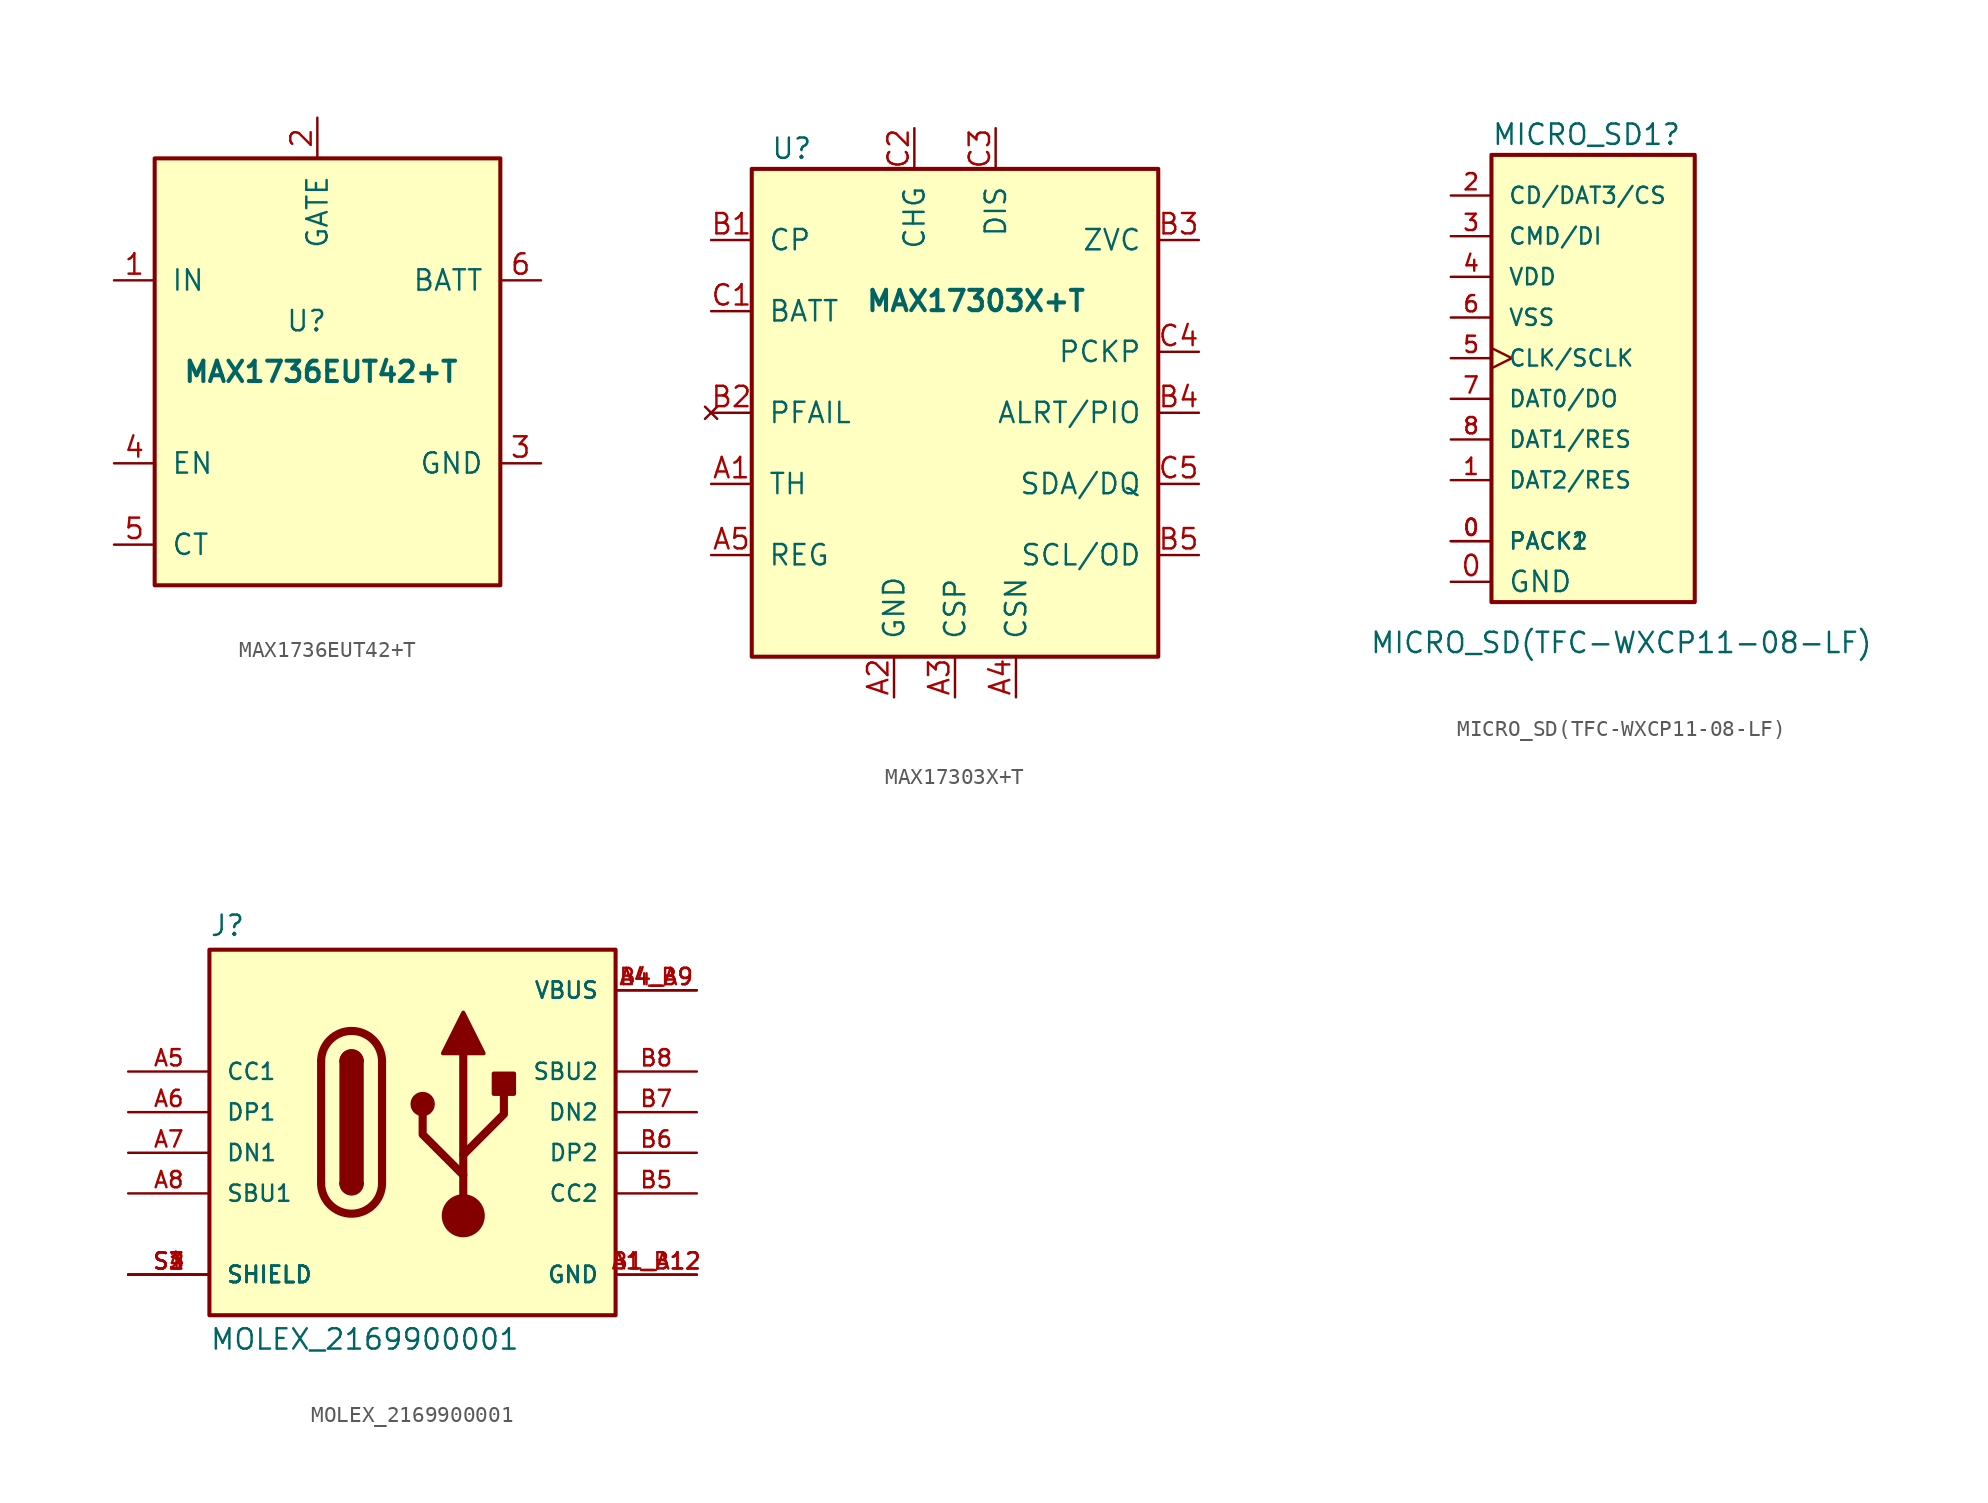
<source format=kicad_sym>
(kicad_symbol_lib
  (version 20220914)
  (generator kicad_symbol_editor)
  (symbol "MAX1736EUT42+T"
    (pin_names
      (offset 1.016))
    (property "Reference" "U"
      (at 0.635 3.81 0)
      (effects (font (size 1.27 1.27)) (justify right)))
    (property "Value" "MAX1736EUT42+T"
      (at 8.89 0.635 0)
      (effects (font (size 1.27 1.27) bold) (justify right)))
    (symbol "MAX1736EUT42+T_0_1"
      (rectangle (start -10.16 13.97) (end 11.43 -12.7) (stroke (width 0.254) (type default)) (fill (type background))))
    (symbol "MAX1736EUT42+T_1_1"
      (pin power_in line (at -12.7 6.35 0) (length 2.54) (name "IN" (effects (font (size 1.27 1.27)))) (number "1" (effects (font (size 1.27 1.27)))))
      (pin output line (at 0 16.51 270) (length 2.54) (name "GATE" (effects (font (size 1.27 1.27)))) (number "2" (effects (font (size 1.27 1.27)))))
      (pin power_in line (at 13.97 -5.08 180) (length 2.54) (name "GND" (effects (font (size 1.27 1.27)))) (number "3" (effects (font (size 1.27 1.27)))))
      (pin input line (at -12.7 -5.08 0) (length 2.54) (name "EN" (effects (font (size 1.27 1.27)))) (number "4" (effects (font (size 1.27 1.27)))))
      (pin input line (at -12.7 -10.16 0) (length 2.54) (name "CT" (effects (font (size 1.27 1.27)))) (number "5" (effects (font (size 1.27 1.27)))))
      (pin power_in line (at 13.97 6.35 180) (length 2.54) (name "BATT" (effects (font (size 1.27 1.27)))) (number "6" (effects (font (size 1.27 1.27)))))))
  (symbol "MAX17303X+T"
    (pin_names
      (offset 1.016))
    (property "Reference" "U"
      (at -8.89 16.51 0)
      (effects (font (size 1.27 1.27)) (justify right)))
    (property "Value" "MAX17303X+T"
      (at 8.255 6.985 0)
      (effects (font (size 1.27 1.27) bold) (justify right)))
    (symbol "MAX17303X+T_0_1"
      (rectangle (start -12.7 15.24) (end 12.7 -15.24) (stroke (width 0.254) (type default)) (fill (type background))))
    (symbol "MAX17303X+T_1_1"
      (pin input line (at -15.24 -4.445 0) (length 2.54) (name "TH" (effects (font (size 1.27 1.27)))) (number "A1" (effects (font (size 1.27 1.27)))))
      (pin power_in line (at -3.81 -17.78 90) (length 2.54) (name "GND" (effects (font (size 1.27 1.27)))) (number "A2" (effects (font (size 1.27 1.27)))))
      (pin input line (at 0 -17.78 90) (length 2.54) (name "CSP" (effects (font (size 1.27 1.27)))) (number "A3" (effects (font (size 1.27 1.27)))))
      (pin input line (at 3.81 -17.78 90) (length 2.54) (name "CSN" (effects (font (size 1.27 1.27)))) (number "A4" (effects (font (size 1.27 1.27)))))
      (pin power_out line (at -15.24 -8.89 0) (length 2.54) (name "REG" (effects (font (size 1.27 1.27)))) (number "A5" (effects (font (size 1.27 1.27)))))
      (pin output line (at -15.24 10.795 0) (length 2.54) (name "CP" (effects (font (size 1.27 1.27)))) (number "B1" (effects (font (size 1.27 1.27)))))
      (pin no_connect line (at -15.24 0 0) (length 2.54) (name "PFAIL" (effects (font (size 1.27 1.27)))) (number "B2" (effects (font (size 1.27 1.27)))))
      (pin input line (at 15.24 10.795 180) (length 2.54) (name "ZVC" (effects (font (size 1.27 1.27)))) (number "B3" (effects (font (size 1.27 1.27)))))
      (pin output line (at 15.24 0 180) (length 2.54) (name "ALRT/PIO" (effects (font (size 1.27 1.27)))) (number "B4" (effects (font (size 1.27 1.27)))))
      (pin input line (at 15.24 -8.89 180) (length 2.54) (name "SCL/OD" (effects (font (size 1.27 1.27)))) (number "B5" (effects (font (size 1.27 1.27)))))
      (pin power_in line (at -15.24 6.35 0) (length 2.54) (name "BATT" (effects (font (size 1.27 1.27)))) (number "C1" (effects (font (size 1.27 1.27)))))
      (pin output line (at -2.54 17.78 270) (length 2.54) (name "CHG" (effects (font (size 1.27 1.27)))) (number "C2" (effects (font (size 1.27 1.27)))))
      (pin output line (at 2.54 17.78 270) (length 2.54) (name "DIS" (effects (font (size 1.27 1.27)))) (number "C3" (effects (font (size 1.27 1.27)))))
      (pin power_out line (at 15.24 3.81 180) (length 2.54) (name "PCKP" (effects (font (size 1.27 1.27)))) (number "C4" (effects (font (size 1.27 1.27)))))
      (pin bidirectional line (at 15.24 -4.445 180) (length 2.54) (name "SDA/DQ" (effects (font (size 1.27 1.27)))) (number "C5" (effects (font (size 1.27 1.27)))))))
  (symbol "MICRO_SD(TFC-WXCP11-08-LF)"
    (pin_names
      (offset 1.016))
    (property "Reference" "MICRO_SD1"
      (at -10.16 13.97 0)
      (effects (font (size 1.27 1.27)) (justify left)))
    (property "Value" "MICRO_SD(TFC-WXCP11-08-LF)"
      (at -17.78 -17.78 0)
      (effects (font (size 1.27 1.27)) (justify left)))
    (property "Datasheet" ""
      (at 0 0 0)
      (effects (font (size 1.524 1.524))))
    (property "ki_locked" ""
      (at 0 0 0)
      (effects (font (size 1.27 1.27))))
    (symbol "MICRO_SD(TFC-WXCP11-08-LF)_0_0"
      (pin input line (at -12.7 -13.97 0) (length 2.54) (name "GND" (effects (font (size 1.27 1.27)))) (number "0" (effects (font (size 1.27 1.27))))))
    (symbol "MICRO_SD(TFC-WXCP11-08-LF)_0_1"
      (rectangle (start -10.16 12.7) (end 2.54 -15.24) (stroke (width 0.254) (type default)) (fill (type background))))
    (symbol "MICRO_SD(TFC-WXCP11-08-LF)_1_1"
      (pin input line (at -12.7 -11.43 0) (length 2.54) (name "PACK1" (effects (font (size 1.016 1.016)))) (number "0" (effects (font (size 1.016 1.016)))))
      (pin input line (at -12.7 -11.43 0) (length 2.54) (name "PACK2" (effects (font (size 1.016 1.016)))) (number "0" (effects (font (size 1.016 1.016)))))
      (pin input line (at -12.7 -7.62 0) (length 2.54) (name "DAT2/RES" (effects (font (size 1.016 1.016)))) (number "1" (effects (font (size 1.016 1.016)))))
      (pin input line (at -12.7 10.16 0) (length 2.54) (name "CD/DAT3/CS" (effects (font (size 1.016 1.016)))) (number "2" (effects (font (size 1.016 1.016)))))
      (pin input line (at -12.7 7.62 0) (length 2.54) (name "CMD/DI" (effects (font (size 1.016 1.016)))) (number "3" (effects (font (size 1.016 1.016)))))
      (pin power_in line (at -12.7 5.08 0) (length 2.54) (name "VDD" (effects (font (size 1.016 1.016)))) (number "4" (effects (font (size 1.016 1.016)))))
      (pin input clock (at -12.7 0 0) (length 2.54) (name "CLK/SCLK" (effects (font (size 1.016 1.016)))) (number "5" (effects (font (size 1.016 1.016)))))
      (pin power_in line (at -12.7 2.54 0) (length 2.54) (name "VSS" (effects (font (size 1.016 1.016)))) (number "6" (effects (font (size 1.016 1.016)))))
      (pin output line (at -12.7 -2.54 0) (length 2.54) (name "DAT0/DO" (effects (font (size 1.016 1.016)))) (number "7" (effects (font (size 1.016 1.016)))))
      (pin input line (at -12.7 -5.08 0) (length 2.54) (name "DAT1/RES" (effects (font (size 1.016 1.016)))) (number "8" (effects (font (size 1.016 1.016)))))))
  (symbol "MOLEX_2169900001"
    (pin_names
      (offset 1.016))
    (property "Reference" "J"
      (at -12.7 10.922 0)
      (effects (font (size 1.27 1.27)) (justify left bottom)))
    (property "Value" "MOLEX_2169900001"
      (at -12.7 -13.462 0)
      (effects (font (size 1.27 1.27)) (justify left top)))
    (symbol "MOLEX_2169900001_0_0"
      (rectangle (start -12.7 -12.7) (end 12.7 10.16) (stroke (width 0.254) (type default)) (fill (type background)))
      (pin power_in line (at 17.78 -10.16 180) (length 5.08) (name "GND" (effects (font (size 1.016 1.016)))) (number "A1_B12" (effects (font (size 1.016 1.016)))))
      (pin power_in line (at 17.78 7.62 180) (length 5.08) (name "VBUS" (effects (font (size 1.016 1.016)))) (number "A4_B9" (effects (font (size 1.016 1.016)))))
      (pin bidirectional line (at -17.78 2.54 0) (length 5.08) (name "CC1" (effects (font (size 1.016 1.016)))) (number "A5" (effects (font (size 1.016 1.016)))))
      (pin bidirectional line (at -17.78 0 0) (length 5.08) (name "DP1" (effects (font (size 1.016 1.016)))) (number "A6" (effects (font (size 1.016 1.016)))))
      (pin bidirectional line (at -17.78 -2.54 0) (length 5.08) (name "DN1" (effects (font (size 1.016 1.016)))) (number "A7" (effects (font (size 1.016 1.016)))))
      (pin bidirectional line (at -17.78 -5.08 0) (length 5.08) (name "SBU1" (effects (font (size 1.016 1.016)))) (number "A8" (effects (font (size 1.016 1.016)))))
      (pin power_in line (at 17.78 -10.16 180) (length 5.08) (name "GND" (effects (font (size 1.016 1.016)))) (number "B1_A12" (effects (font (size 1.016 1.016)))))
      (pin power_in line (at 17.78 7.62 180) (length 5.08) (name "VBUS" (effects (font (size 1.016 1.016)))) (number "B4_A9" (effects (font (size 1.016 1.016)))))
      (pin bidirectional line (at 17.78 -5.08 180) (length 5.08) (name "CC2" (effects (font (size 1.016 1.016)))) (number "B5" (effects (font (size 1.016 1.016)))))
      (pin bidirectional line (at 17.78 -2.54 180) (length 5.08) (name "DP2" (effects (font (size 1.016 1.016)))) (number "B6" (effects (font (size 1.016 1.016)))))
      (pin bidirectional line (at 17.78 0 180) (length 5.08) (name "DN2" (effects (font (size 1.016 1.016)))) (number "B7" (effects (font (size 1.016 1.016)))))
      (pin bidirectional line (at 17.78 2.54 180) (length 5.08) (name "SBU2" (effects (font (size 1.016 1.016)))) (number "B8" (effects (font (size 1.016 1.016)))))
      (pin passive line (at -17.78 -10.16 0) (length 5.08) (name "SHIELD" (effects (font (size 1.016 1.016)))) (number "S1" (effects (font (size 1.016 1.016)))))
      (pin passive line (at -17.78 -10.16 0) (length 5.08) (name "SHIELD" (effects (font (size 1.016 1.016)))) (number "S2" (effects (font (size 1.016 1.016)))))
      (pin passive line (at -17.78 -10.16 0) (length 5.08) (name "SHIELD" (effects (font (size 1.016 1.016)))) (number "S3" (effects (font (size 1.016 1.016)))))
      (pin passive line (at -17.78 -10.16 0) (length 5.08) (name "SHIELD" (effects (font (size 1.016 1.016)))) (number "S4" (effects (font (size 1.016 1.016))))))
    (symbol "MOLEX_2169900001_0_1"
      (arc (start -5.715 -4.445) (mid -3.81 -6.3417) (end -1.905 -4.445) (stroke (width 0.508) (type default)) (fill (type none)))
      (arc (start -4.445 -4.445) (mid -3.81 -5.0773) (end -3.175 -4.445) (stroke (width 0.254) (type default)) (fill (type none)))
      (arc (start -4.445 -4.445) (mid -3.81 -5.0773) (end -3.175 -4.445) (stroke (width 0.254) (type default)) (fill (type outline)))
      (rectangle (start -4.445 -4.445) (end -3.175 3.175) (stroke (width 0.254) (type default)) (fill (type outline)))
      (arc (start -3.175 3.175) (mid -3.81 3.8073) (end -4.445 3.175) (stroke (width 0.254) (type default)) (fill (type none)))
      (arc (start -3.175 3.175) (mid -3.81 3.8073) (end -4.445 3.175) (stroke (width 0.254) (type default)) (fill (type outline)))
      (arc (start -1.905 3.175) (mid -3.81 5.0717) (end -5.715 3.175) (stroke (width 0.508) (type default)) (fill (type none)))
      (polyline (pts (xy -5.715 -4.445) (xy -5.715 3.175)) (stroke (width 0.508) (type default)) (fill (type none)))
      (polyline (pts (xy -1.905 3.175) (xy -1.905 -4.445)) (stroke (width 0.508) (type default)) (fill (type none)))
      (polyline (pts (xy 3.175 -6.477) (xy 3.175 3.683)) (stroke (width 0.508) (type default)) (fill (type none)))
      (polyline (pts (xy 3.175 -3.937) (xy 0.635 -1.397) (xy 0.635 -0.127)) (stroke (width 0.508) (type default)) (fill (type none)))
      (polyline (pts (xy 3.175 -2.667) (xy 5.715 -0.127) (xy 5.715 1.143)) (stroke (width 0.508) (type default)) (fill (type none)))
      (polyline (pts (xy 1.905 3.683) (xy 3.175 6.223) (xy 4.445 3.683) (xy 1.905 3.683)) (stroke (width 0.254) (type default)) (fill (type outline)))
      (circle (center 0.635 0.508) (radius 0.635) (stroke (width 0.254) (type default)) (fill (type outline)))
      (circle (center 3.175 -6.477) (radius 1.27) (stroke (width 0) (type default)) (fill (type outline)))
      (rectangle (start 5.08 1.143) (end 6.35 2.413) (stroke (width 0.254) (type default)) (fill (type outline))))))
</source>
